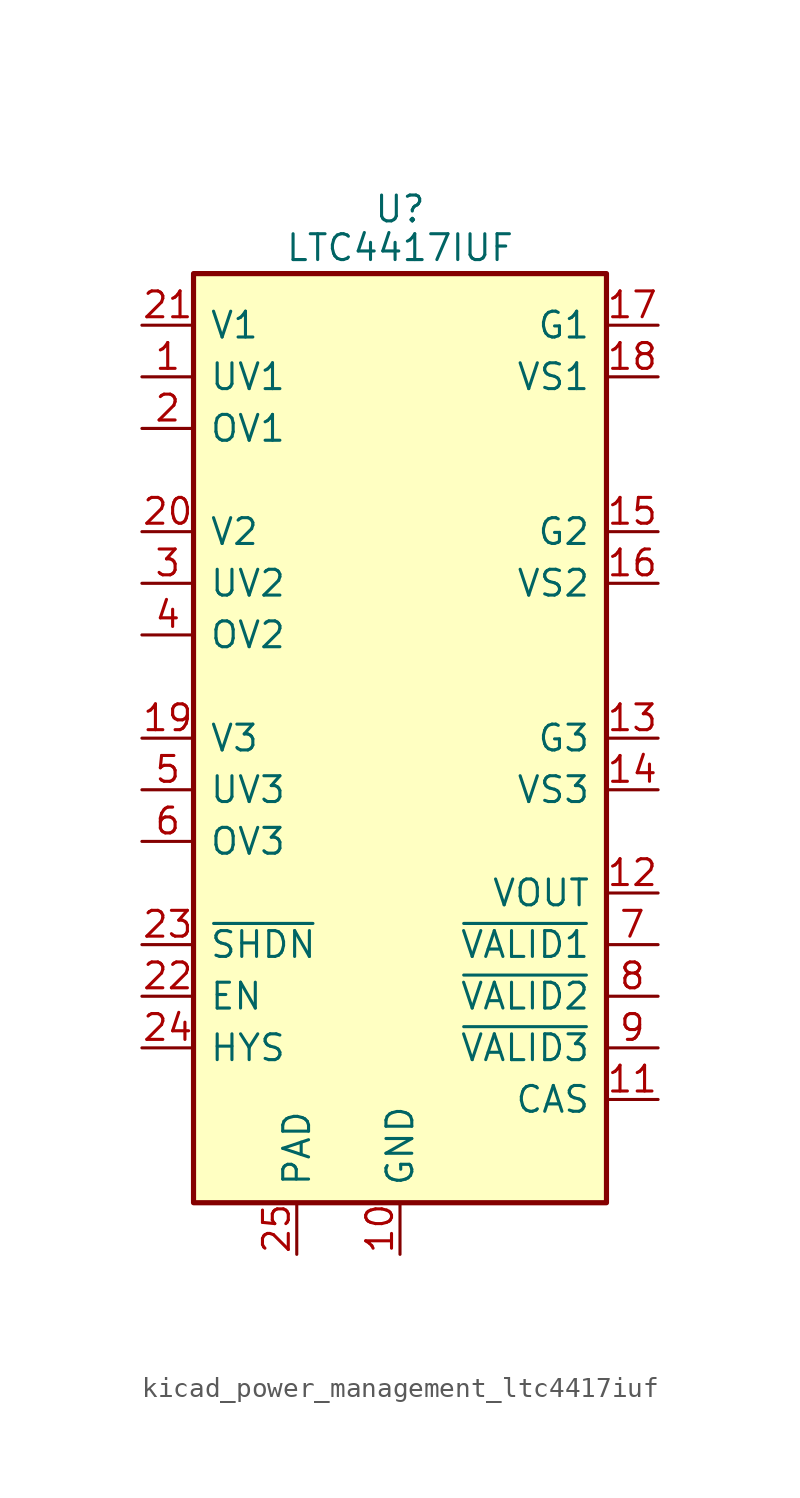
<source format=kicad_sym>
(kicad_symbol_lib
  (version 20220914)
  (generator kicad_symbol_editor)
  (symbol "kicad_power_management_ltc4417iuf"
    (pin_names
      (offset 0.762))
    (property "Reference" "U"
      (at 0 26.035 0)
      (effects (font (size 1.27 1.27))))
    (property "Value" "LTC4417IUF"
      (at 0 24.13 0)
      (effects (font (size 1.27 1.27))))
    (symbol "kicad_power_management_ltc4417iuf_0_1"
      (rectangle (start -10.16 22.86) (end 10.16 -22.86) (stroke (width 0.254) (type default)) (fill (type background))))
    (symbol "kicad_power_management_ltc4417iuf_1_1"
      (pin input line (at -12.7 17.78 0) (length 2.54) (name "UV1" (effects (font (size 1.27 1.27)))) (number "1" (effects (font (size 1.27 1.27)))))
      (pin power_in line (at 0 -25.4 90) (length 2.54) (name "GND" (effects (font (size 1.27 1.27)))) (number "10" (effects (font (size 1.27 1.27)))))
      (pin output line (at 12.7 -17.78 180) (length 2.54) (name "CAS" (effects (font (size 1.27 1.27)))) (number "11" (effects (font (size 1.27 1.27)))))
      (pin output line (at 12.7 -7.62 180) (length 2.54) (name "VOUT" (effects (font (size 1.27 1.27)))) (number "12" (effects (font (size 1.27 1.27)))))
      (pin output line (at 12.7 0 180) (length 2.54) (name "G3" (effects (font (size 1.27 1.27)))) (number "13" (effects (font (size 1.27 1.27)))))
      (pin output line (at 12.7 -2.54 180) (length 2.54) (name "VS3" (effects (font (size 1.27 1.27)))) (number "14" (effects (font (size 1.27 1.27)))))
      (pin output line (at 12.7 10.16 180) (length 2.54) (name "G2" (effects (font (size 1.27 1.27)))) (number "15" (effects (font (size 1.27 1.27)))))
      (pin output line (at 12.7 7.62 180) (length 2.54) (name "VS2" (effects (font (size 1.27 1.27)))) (number "16" (effects (font (size 1.27 1.27)))))
      (pin output line (at 12.7 20.32 180) (length 2.54) (name "G1" (effects (font (size 1.27 1.27)))) (number "17" (effects (font (size 1.27 1.27)))))
      (pin output line (at 12.7 17.78 180) (length 2.54) (name "VS1" (effects (font (size 1.27 1.27)))) (number "18" (effects (font (size 1.27 1.27)))))
      (pin input line (at -12.7 0 0) (length 2.54) (name "V3" (effects (font (size 1.27 1.27)))) (number "19" (effects (font (size 1.27 1.27)))))
      (pin input line (at -12.7 15.24 0) (length 2.54) (name "OV1" (effects (font (size 1.27 1.27)))) (number "2" (effects (font (size 1.27 1.27)))))
      (pin input line (at -12.7 10.16 0) (length 2.54) (name "V2" (effects (font (size 1.27 1.27)))) (number "20" (effects (font (size 1.27 1.27)))))
      (pin input line (at -12.7 20.32 0) (length 2.54) (name "V1" (effects (font (size 1.27 1.27)))) (number "21" (effects (font (size 1.27 1.27)))))
      (pin input line (at -12.7 -12.7 0) (length 2.54) (name "EN" (effects (font (size 1.27 1.27)))) (number "22" (effects (font (size 1.27 1.27)))))
      (pin input line (at -12.7 -10.16 0) (length 2.54) (name "~{SHDN}" (effects (font (size 1.27 1.27)))) (number "23" (effects (font (size 1.27 1.27)))))
      (pin input line (at -12.7 -15.24 0) (length 2.54) (name "HYS" (effects (font (size 1.27 1.27)))) (number "24" (effects (font (size 1.27 1.27)))))
      (pin power_in line (at -5.08 -25.4 90) (length 2.54) (name "PAD" (effects (font (size 1.27 1.27)))) (number "25" (effects (font (size 1.27 1.27)))))
      (pin input line (at -12.7 7.62 0) (length 2.54) (name "UV2" (effects (font (size 1.27 1.27)))) (number "3" (effects (font (size 1.27 1.27)))))
      (pin input line (at -12.7 5.08 0) (length 2.54) (name "OV2" (effects (font (size 1.27 1.27)))) (number "4" (effects (font (size 1.27 1.27)))))
      (pin input line (at -12.7 -2.54 0) (length 2.54) (name "UV3" (effects (font (size 1.27 1.27)))) (number "5" (effects (font (size 1.27 1.27)))))
      (pin input line (at -12.7 -5.08 0) (length 2.54) (name "OV3" (effects (font (size 1.27 1.27)))) (number "6" (effects (font (size 1.27 1.27)))))
      (pin open_collector line (at 12.7 -10.16 180) (length 2.54) (name "~{VALID1}" (effects (font (size 1.27 1.27)))) (number "7" (effects (font (size 1.27 1.27)))))
      (pin open_collector line (at 12.7 -12.7 180) (length 2.54) (name "~{VALID2}" (effects (font (size 1.27 1.27)))) (number "8" (effects (font (size 1.27 1.27)))))
      (pin open_collector line (at 12.7 -15.24 180) (length 2.54) (name "~{VALID3}" (effects (font (size 1.27 1.27)))) (number "9" (effects (font (size 1.27 1.27))))))))
</source>
